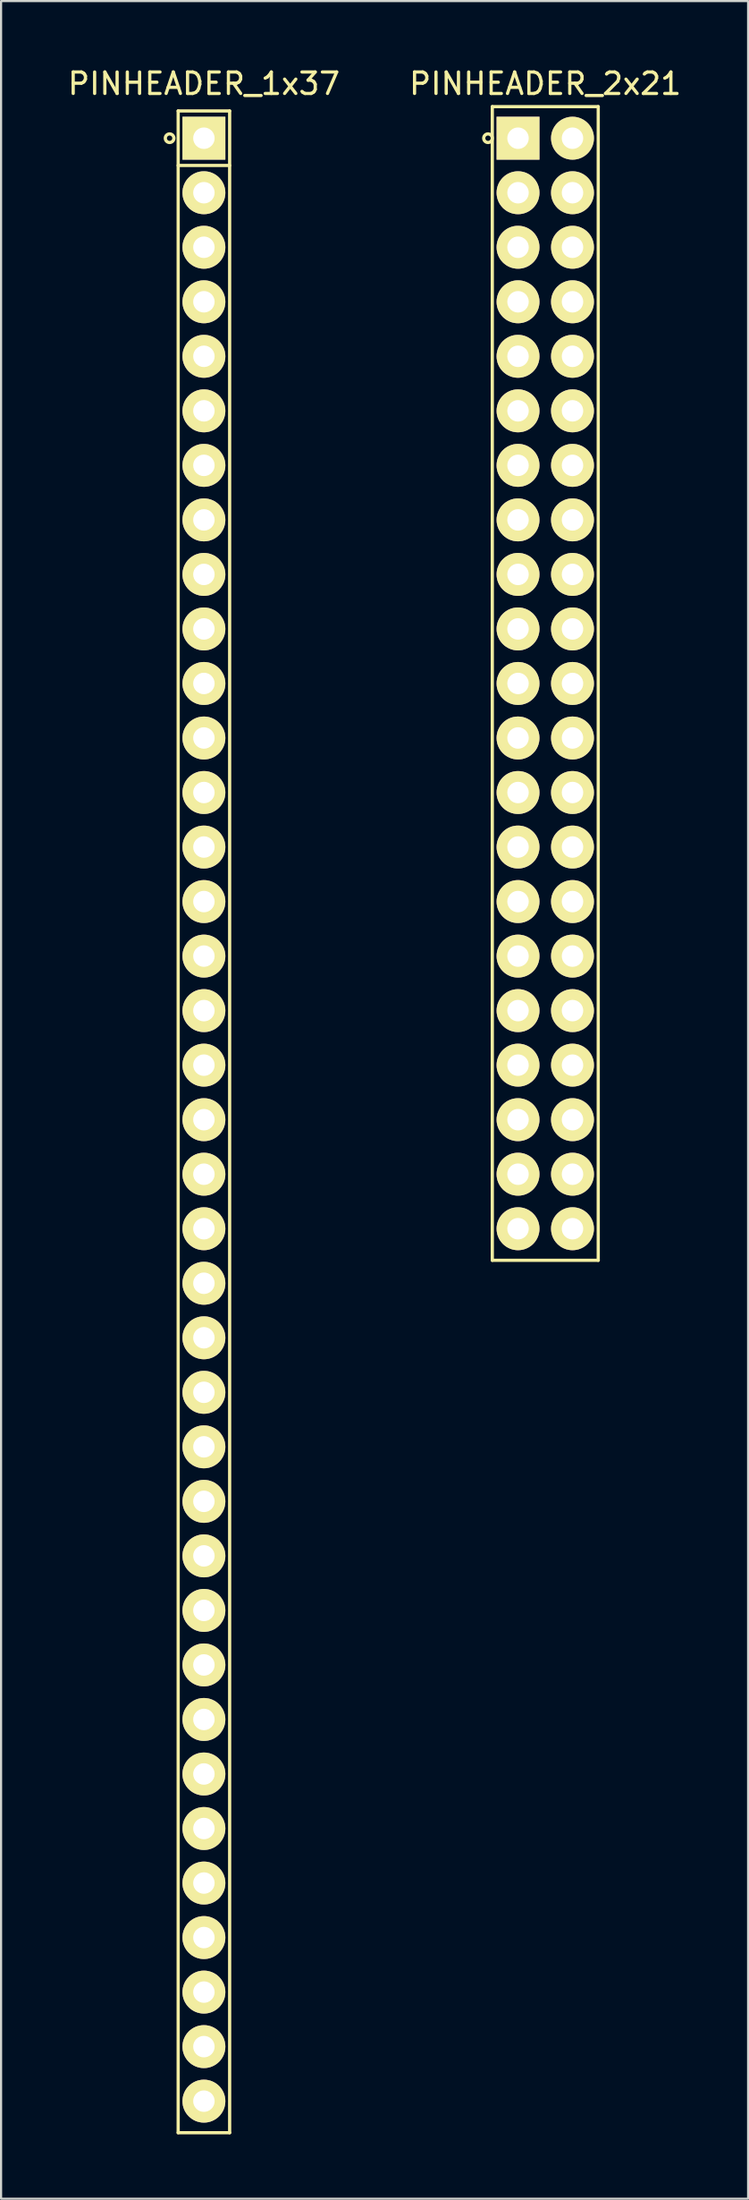
<source format=kicad_pcb>
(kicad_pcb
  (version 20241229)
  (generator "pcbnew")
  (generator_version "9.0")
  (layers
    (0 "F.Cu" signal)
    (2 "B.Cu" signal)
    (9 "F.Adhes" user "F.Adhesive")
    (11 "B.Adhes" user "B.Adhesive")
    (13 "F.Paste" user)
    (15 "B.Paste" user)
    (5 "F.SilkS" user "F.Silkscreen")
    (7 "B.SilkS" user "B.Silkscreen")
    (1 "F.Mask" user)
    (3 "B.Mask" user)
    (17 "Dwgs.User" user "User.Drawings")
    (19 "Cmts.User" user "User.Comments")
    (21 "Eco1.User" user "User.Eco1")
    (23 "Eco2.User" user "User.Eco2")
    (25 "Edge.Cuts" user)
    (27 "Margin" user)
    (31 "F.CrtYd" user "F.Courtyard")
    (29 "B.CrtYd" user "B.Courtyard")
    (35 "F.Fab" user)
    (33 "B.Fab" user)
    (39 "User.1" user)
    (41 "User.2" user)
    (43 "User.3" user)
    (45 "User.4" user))
  (footprint "PINHEADER_1x37"
    (layer "F.Cu")
    (at 6.458 3.388)
    (property "Reference" "PINHEADER_1x37" (at 0 -2.54 0) (layer "F.SilkS") (effects (font (size 1 1) (thickness 0.15))))
    (attr through_hole)
    (fp_line (start -1.2 -1.27) (end 1.2 -1.27) (stroke (width 0.15) (type solid)) (layer "F.SilkS"))
    (fp_line (start -1.2 1.27) (end 1.2 1.27) (stroke (width 0.15) (type solid)) (layer "F.SilkS"))
    (fp_line (start -1.2 92.91) (end -1.2 -1.27) (stroke (width 0.15) (type solid)) (layer "F.SilkS"))
    (fp_line (start 1.2 -1.27) (end 1.2 92.91) (stroke (width 0.15) (type solid)) (layer "F.SilkS"))
    (fp_line (start 1.2 92.91) (end -1.2 92.91) (stroke (width 0.15) (type solid)) (layer "F.SilkS"))
    (fp_circle (center -1.6 0) (end -1.6 0.2) (stroke (width 0.15) (type solid)) (fill no) (layer "F.SilkS"))
    (pad "1" thru_hole rect (at 0 0) (size 2 2) (drill 1) (layers "*.Cu" "*.Mask" "F.SilkS"))
    (pad "2" thru_hole circle (at 0 2.54) (size 2 2) (drill 1) (layers "*.Cu" "*.Mask" "F.SilkS"))
    (pad "3" thru_hole circle (at 0 5.08) (size 2 2) (drill 1) (layers "*.Cu" "*.Mask" "F.SilkS"))
    (pad "4" thru_hole circle (at 0 7.62) (size 2 2) (drill 1) (layers "*.Cu" "*.Mask" "F.SilkS"))
    (pad "5" thru_hole circle (at 0 10.16) (size 2 2) (drill 1) (layers "*.Cu" "*.Mask" "F.SilkS"))
    (pad "6" thru_hole circle (at 0 12.7) (size 2 2) (drill 1) (layers "*.Cu" "*.Mask" "F.SilkS"))
    (pad "7" thru_hole circle (at 0 15.24) (size 2 2) (drill 1) (layers "*.Cu" "*.Mask" "F.SilkS"))
    (pad "8" thru_hole circle (at 0 17.78) (size 2 2) (drill 1) (layers "*.Cu" "*.Mask" "F.SilkS"))
    (pad "9" thru_hole circle (at 0 20.32) (size 2 2) (drill 1) (layers "*.Cu" "*.Mask" "F.SilkS"))
    (pad "10" thru_hole circle (at 0 22.86) (size 2 2) (drill 1) (layers "*.Cu" "*.Mask" "F.SilkS"))
    (pad "11" thru_hole circle (at 0 25.4) (size 2 2) (drill 1) (layers "*.Cu" "*.Mask" "F.SilkS"))
    (pad "12" thru_hole circle (at 0 27.94) (size 2 2) (drill 1) (layers "*.Cu" "*.Mask" "F.SilkS"))
    (pad "13" thru_hole circle (at 0 30.48) (size 2 2) (drill 1) (layers "*.Cu" "*.Mask" "F.SilkS"))
    (pad "14" thru_hole circle (at 0 33.02) (size 2 2) (drill 1) (layers "*.Cu" "*.Mask" "F.SilkS"))
    (pad "15" thru_hole circle (at 0 35.56) (size 2 2) (drill 1) (layers "*.Cu" "*.Mask" "F.SilkS"))
    (pad "16" thru_hole circle (at 0 38.1) (size 2 2) (drill 1) (layers "*.Cu" "*.Mask" "F.SilkS"))
    (pad "17" thru_hole circle (at 0 40.64) (size 2 2) (drill 1) (layers "*.Cu" "*.Mask" "F.SilkS"))
    (pad "18" thru_hole circle (at 0 43.18) (size 2 2) (drill 1) (layers "*.Cu" "*.Mask" "F.SilkS"))
    (pad "19" thru_hole circle (at 0 45.72) (size 2 2) (drill 1) (layers "*.Cu" "*.Mask" "F.SilkS"))
    (pad "20" thru_hole circle (at 0 48.26) (size 2 2) (drill 1) (layers "*.Cu" "*.Mask" "F.SilkS"))
    (pad "21" thru_hole circle (at 0 50.8) (size 2 2) (drill 1) (layers "*.Cu" "*.Mask" "F.SilkS"))
    (pad "22" thru_hole circle (at 0 53.34) (size 2 2) (drill 1) (layers "*.Cu" "*.Mask" "F.SilkS"))
    (pad "23" thru_hole circle (at 0 55.88) (size 2 2) (drill 1) (layers "*.Cu" "*.Mask" "F.SilkS"))
    (pad "24" thru_hole circle (at 0 58.42) (size 2 2) (drill 1) (layers "*.Cu" "*.Mask" "F.SilkS"))
    (pad "25" thru_hole circle (at 0 60.96) (size 2 2) (drill 1) (layers "*.Cu" "*.Mask" "F.SilkS"))
    (pad "26" thru_hole circle (at 0 63.5) (size 2 2) (drill 1) (layers "*.Cu" "*.Mask" "F.SilkS"))
    (pad "27" thru_hole circle (at 0 66.04) (size 2 2) (drill 1) (layers "*.Cu" "*.Mask" "F.SilkS"))
    (pad "28" thru_hole circle (at 0 68.58) (size 2 2) (drill 1) (layers "*.Cu" "*.Mask" "F.SilkS"))
    (pad "29" thru_hole circle (at 0 71.12) (size 2 2) (drill 1) (layers "*.Cu" "*.Mask" "F.SilkS"))
    (pad "30" thru_hole circle (at 0 73.66) (size 2 2) (drill 1) (layers "*.Cu" "*.Mask" "F.SilkS"))
    (pad "31" thru_hole circle (at 0 76.2) (size 2 2) (drill 1) (layers "*.Cu" "*.Mask" "F.SilkS"))
    (pad "32" thru_hole circle (at 0 78.74) (size 2 2) (drill 1) (layers "*.Cu" "*.Mask" "F.SilkS"))
    (pad "33" thru_hole circle (at 0 81.28) (size 2 2) (drill 1) (layers "*.Cu" "*.Mask" "F.SilkS"))
    (pad "34" thru_hole circle (at 0 83.82) (size 2 2) (drill 1) (layers "*.Cu" "*.Mask" "F.SilkS"))
    (pad "35" thru_hole circle (at 0 86.36) (size 2 2) (drill 1) (layers "*.Cu" "*.Mask" "F.SilkS"))
    (pad "36" thru_hole circle (at 0 88.9) (size 2 2) (drill 1) (layers "*.Cu" "*.Mask" "F.SilkS"))
    (pad "37" thru_hole circle (at 0 91.44) (size 2 2) (drill 1) (layers "*.Cu" "*.Mask" "F.SilkS")))
  (footprint "PINHEADER_2x21"
    (layer "F.Cu")
    (at 21.105 3.388)
    (property "Reference" "PINHEADER_2x21" (at 1.27 -2.54 0) (layer "F.SilkS") (effects (font (size 1 1) (thickness 0.15))))
    (attr through_hole)
    (fp_line (start -1.2 -1.47) (end 3.74 -1.47) (stroke (width 0.15) (type solid)) (layer "F.SilkS"))
    (fp_line (start -1.2 52.27) (end -1.2 -1.47) (stroke (width 0.15) (type solid)) (layer "F.SilkS"))
    (fp_line (start 3.74 -1.47) (end 3.74 52.27) (stroke (width 0.15) (type solid)) (layer "F.SilkS"))
    (fp_line (start 3.74 52.27) (end -1.2 52.27) (stroke (width 0.15) (type solid)) (layer "F.SilkS"))
    (fp_circle (center -1.4 0) (end -1.4 0.2) (stroke (width 0.15) (type solid)) (fill no) (layer "F.SilkS"))
    (pad "1" thru_hole rect (at 0 0) (size 2 2) (drill 1) (layers "*.Cu" "*.Mask" "F.SilkS"))
    (pad "2" thru_hole circle (at 0 2.54) (size 2 2) (drill 1) (layers "*.Cu" "*.Mask" "F.SilkS"))
    (pad "3" thru_hole circle (at 0 5.08) (size 2 2) (drill 1) (layers "*.Cu" "*.Mask" "F.SilkS"))
    (pad "4" thru_hole circle (at 0 7.62) (size 2 2) (drill 1) (layers "*.Cu" "*.Mask" "F.SilkS"))
    (pad "5" thru_hole circle (at 0 10.16) (size 2 2) (drill 1) (layers "*.Cu" "*.Mask" "F.SilkS"))
    (pad "6" thru_hole circle (at 0 12.7) (size 2 2) (drill 1) (layers "*.Cu" "*.Mask" "F.SilkS"))
    (pad "7" thru_hole circle (at 0 15.24) (size 2 2) (drill 1) (layers "*.Cu" "*.Mask" "F.SilkS"))
    (pad "8" thru_hole circle (at 0 17.78) (size 2 2) (drill 1) (layers "*.Cu" "*.Mask" "F.SilkS"))
    (pad "9" thru_hole circle (at 0 20.32) (size 2 2) (drill 1) (layers "*.Cu" "*.Mask" "F.SilkS"))
    (pad "10" thru_hole circle (at 0 22.86) (size 2 2) (drill 1) (layers "*.Cu" "*.Mask" "F.SilkS"))
    (pad "11" thru_hole circle (at 0 25.4) (size 2 2) (drill 1) (layers "*.Cu" "*.Mask" "F.SilkS"))
    (pad "12" thru_hole circle (at 0 27.94) (size 2 2) (drill 1) (layers "*.Cu" "*.Mask" "F.SilkS"))
    (pad "13" thru_hole circle (at 0 30.48) (size 2 2) (drill 1) (layers "*.Cu" "*.Mask" "F.SilkS"))
    (pad "14" thru_hole circle (at 0 33.02) (size 2 2) (drill 1) (layers "*.Cu" "*.Mask" "F.SilkS"))
    (pad "15" thru_hole circle (at 0 35.56) (size 2 2) (drill 1) (layers "*.Cu" "*.Mask" "F.SilkS"))
    (pad "16" thru_hole circle (at 0 38.1) (size 2 2) (drill 1) (layers "*.Cu" "*.Mask" "F.SilkS"))
    (pad "17" thru_hole circle (at 0 40.64) (size 2 2) (drill 1) (layers "*.Cu" "*.Mask" "F.SilkS"))
    (pad "18" thru_hole circle (at 0 43.18) (size 2 2) (drill 1) (layers "*.Cu" "*.Mask" "F.SilkS"))
    (pad "19" thru_hole circle (at 0 45.72) (size 2 2) (drill 1) (layers "*.Cu" "*.Mask" "F.SilkS"))
    (pad "20" thru_hole circle (at 0 48.26) (size 2 2) (drill 1) (layers "*.Cu" "*.Mask" "F.SilkS"))
    (pad "21" thru_hole circle (at 0 50.8) (size 2 2) (drill 1) (layers "*.Cu" "*.Mask" "F.SilkS"))
    (pad "22" thru_hole circle (at 2.54 50.8) (size 2 2) (drill 1) (layers "*.Cu" "*.Mask" "F.SilkS"))
    (pad "23" thru_hole circle (at 2.54 48.26) (size 2 2) (drill 1) (layers "*.Cu" "*.Mask" "F.SilkS"))
    (pad "24" thru_hole circle (at 2.54 45.72) (size 2 2) (drill 1) (layers "*.Cu" "*.Mask" "F.SilkS"))
    (pad "25" thru_hole circle (at 2.54 43.18) (size 2 2) (drill 1) (layers "*.Cu" "*.Mask" "F.SilkS"))
    (pad "26" thru_hole circle (at 2.54 40.64) (size 2 2) (drill 1) (layers "*.Cu" "*.Mask" "F.SilkS"))
    (pad "27" thru_hole circle (at 2.54 38.1) (size 2 2) (drill 1) (layers "*.Cu" "*.Mask" "F.SilkS"))
    (pad "28" thru_hole circle (at 2.54 35.56) (size 2 2) (drill 1) (layers "*.Cu" "*.Mask" "F.SilkS"))
    (pad "29" thru_hole circle (at 2.54 33.02) (size 2 2) (drill 1) (layers "*.Cu" "*.Mask" "F.SilkS"))
    (pad "30" thru_hole circle (at 2.54 30.48) (size 2 2) (drill 1) (layers "*.Cu" "*.Mask" "F.SilkS"))
    (pad "31" thru_hole circle (at 2.54 27.94) (size 2 2) (drill 1) (layers "*.Cu" "*.Mask" "F.SilkS"))
    (pad "32" thru_hole circle (at 2.54 25.4) (size 2 2) (drill 1) (layers "*.Cu" "*.Mask" "F.SilkS"))
    (pad "33" thru_hole circle (at 2.54 22.86) (size 2 2) (drill 1) (layers "*.Cu" "*.Mask" "F.SilkS"))
    (pad "34" thru_hole circle (at 2.54 20.32) (size 2 2) (drill 1) (layers "*.Cu" "*.Mask" "F.SilkS"))
    (pad "35" thru_hole circle (at 2.54 17.78) (size 2 2) (drill 1) (layers "*.Cu" "*.Mask" "F.SilkS"))
    (pad "36" thru_hole circle (at 2.54 15.24) (size 2 2) (drill 1) (layers "*.Cu" "*.Mask" "F.SilkS"))
    (pad "37" thru_hole circle (at 2.54 12.7) (size 2 2) (drill 1) (layers "*.Cu" "*.Mask" "F.SilkS"))
    (pad "38" thru_hole circle (at 2.54 10.16) (size 2 2) (drill 1) (layers "*.Cu" "*.Mask" "F.SilkS"))
    (pad "39" thru_hole circle (at 2.54 7.62) (size 2 2) (drill 1) (layers "*.Cu" "*.Mask" "F.SilkS"))
    (pad "40" thru_hole circle (at 2.54 5.08) (size 2 2) (drill 1) (layers "*.Cu" "*.Mask" "F.SilkS"))
    (pad "41" thru_hole circle (at 2.54 2.54) (size 2 2) (drill 1) (layers "*.Cu" "*.Mask" "F.SilkS"))
    (pad "42" thru_hole circle (at 2.54 0) (size 2 2) (drill 1) (layers "*.Cu" "*.Mask" "F.SilkS")))
  (gr_rect
    (start -3 -3)
    (end 31.833 99.373)
    (stroke (width 0.1) (type default))
    (fill no)
    (layer "Edge.Cuts")))
</source>
